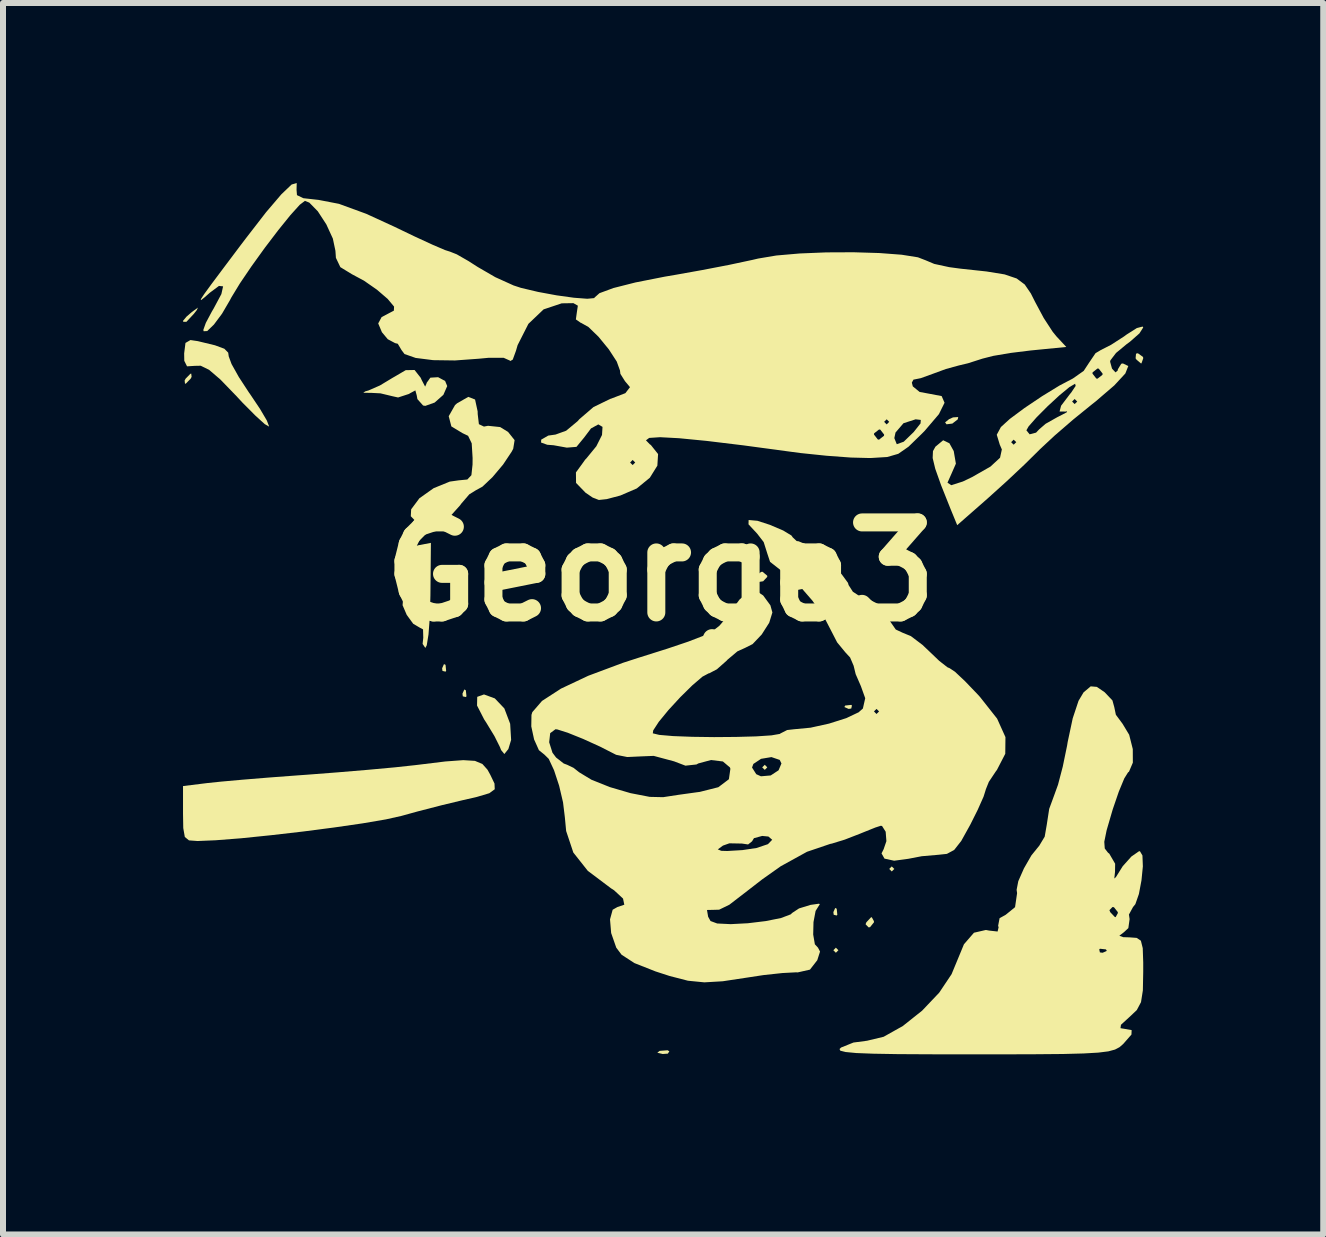
<source format=kicad_pcb>
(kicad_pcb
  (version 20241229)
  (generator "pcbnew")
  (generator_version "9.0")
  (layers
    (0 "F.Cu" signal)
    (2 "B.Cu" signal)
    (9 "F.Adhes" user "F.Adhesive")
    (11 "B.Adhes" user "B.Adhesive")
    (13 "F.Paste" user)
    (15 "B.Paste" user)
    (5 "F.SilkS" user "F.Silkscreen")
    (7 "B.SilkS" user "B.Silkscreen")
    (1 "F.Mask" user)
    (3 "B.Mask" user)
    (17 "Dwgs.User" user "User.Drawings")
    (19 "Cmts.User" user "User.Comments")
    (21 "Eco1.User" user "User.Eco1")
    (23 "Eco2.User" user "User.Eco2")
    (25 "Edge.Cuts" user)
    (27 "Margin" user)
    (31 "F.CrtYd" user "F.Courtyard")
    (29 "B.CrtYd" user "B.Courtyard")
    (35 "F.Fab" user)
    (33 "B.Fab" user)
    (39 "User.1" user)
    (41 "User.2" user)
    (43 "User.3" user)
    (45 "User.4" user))
  (footprint "George3"
    (layer "F.Cu")
    (at 7.959 6.478)
    (property "Reference" "George3" (at 0 0 0) (layer "F.SilkS") (effects (font (size 1.5 1.5) (thickness 0.3))))
    (attr board_only exclude_from_pos_files exclude_from_bom)
    (fp_poly (pts (xy 1.778 3.26) (xy 1.736 3.302) (xy 1.693 3.26) (xy 1.736 3.217)) (stroke (width 0) (type solid)) (fill yes) (layer "F.SilkS"))
    (fp_poly (pts (xy 2.963 6.308) (xy 2.921 6.35) (xy 2.879 6.308) (xy 2.921 6.265)) (stroke (width 0) (type solid)) (fill yes) (layer "F.SilkS"))
    (fp_poly (pts (xy 3.895 4.953) (xy 3.852 4.995) (xy 3.81 4.953) (xy 3.852 4.911)) (stroke (width 0) (type solid)) (fill yes) (layer "F.SilkS"))
    (fp_poly (pts (xy -3.584 1.552) (xy -3.574 1.653) (xy -3.584 1.665) (xy -3.635 1.653) (xy -3.641 1.609) (xy -3.61 1.539)) (stroke (width 0) (type solid)) (fill yes) (layer "F.SilkS"))
    (fp_poly (pts (xy -3.246 1.976) (xy -3.235 2.076) (xy -3.246 2.088) (xy -3.296 2.077) (xy -3.302 2.032) (xy -3.271 1.962)) (stroke (width 0) (type solid)) (fill yes) (layer "F.SilkS"))
    (fp_poly (pts (xy 0.146 7.992) (xy 0.121 8.031) (xy 0.035 8.037) (xy -0.055 8.016) (xy -0.016 7.985) (xy 0.116 7.975)) (stroke (width 0) (type solid)) (fill yes) (layer "F.SilkS"))
    (fp_poly (pts (xy 2.935 5.616) (xy 2.945 5.717) (xy 2.935 5.729) (xy 2.885 5.717) (xy 2.879 5.673) (xy 2.91 5.603)) (stroke (width 0) (type solid)) (fill yes) (layer "F.SilkS"))
    (fp_poly (pts (xy 3.189 2.23) (xy 3.177 2.28) (xy 3.133 2.286) (xy 3.063 2.255) (xy 3.076 2.23) (xy 3.177 2.219)) (stroke (width 0) (type solid)) (fill yes) (layer "F.SilkS"))
    (fp_poly (pts (xy 4.952 -2.539) (xy 4.862 -2.469) (xy 4.765 -2.457) (xy 4.741 -2.489) (xy 4.808 -2.543) (xy 4.873 -2.572) (xy 4.96 -2.578)) (stroke (width 0) (type solid)) (fill yes) (layer "F.SilkS"))
    (fp_poly (pts (xy -7.816 -3.247) (xy -7.832 -3.217) (xy -7.911 -3.136) (xy -7.926 -3.133) (xy -7.932 -3.187) (xy -7.916 -3.217) (xy -7.837 -3.298) (xy -7.822 -3.302)) (stroke (width 0) (type solid)) (fill yes) (layer "F.SilkS"))
    (fp_poly (pts (xy -7.731 -4.358) (xy -7.779 -4.297) (xy -7.902 -4.165) (xy -7.957 -4.166) (xy -7.959 -4.181) (xy -7.901 -4.251) (xy -7.811 -4.329) (xy -7.71 -4.402)) (stroke (width 0) (type solid)) (fill yes) (layer "F.SilkS"))
    (fp_poly (pts (xy 1.776 0.065) (xy 1.778 0.085) (xy 1.709 0.159) (xy 1.646 0.169) (xy 1.558 0.128) (xy 1.566 0.085) (xy 1.675 0.003) (xy 1.698 0)) (stroke (width 0) (type solid)) (fill yes) (layer "F.SilkS"))
    (fp_poly (pts (xy 3.555 5.823) (xy 3.556 5.842) (xy 3.491 5.923) (xy 3.466 5.927) (xy 3.416 5.875) (xy 3.429 5.842) (xy 3.505 5.761) (xy 3.519 5.757)) (stroke (width 0) (type solid)) (fill yes) (layer "F.SilkS"))
    (fp_poly (pts (xy 8.04 -3.579) (xy 8.043 -3.556) (xy 8.014 -3.474) (xy 8.006 -3.471) (xy 7.934 -3.531) (xy 7.916 -3.556) (xy 7.923 -3.634) (xy 7.954 -3.641)) (stroke (width 0) (type solid)) (fill yes) (layer "F.SilkS"))
    (fp_poly (pts (xy -2.763 2.111) (xy -2.604 2.278) (xy -2.507 2.534) (xy -2.491 2.803) (xy -2.537 2.955) (xy -2.604 3.038) (xy -2.658 2.972) (xy -2.678 2.921) (xy -2.768 2.741) (xy -2.907 2.512) (xy -2.94 2.462) (xy -3.059 2.23) (xy -3.056 2.085) (xy -2.943 2.045)) (stroke (width 0) (type solid)) (fill yes) (layer "F.SilkS"))
    (fp_poly (pts (xy -3.836 0.394) (xy -3.846 0.756) (xy -3.868 1.045) (xy -3.897 1.226) (xy -3.921 1.27) (xy -3.966 1.203) (xy -3.955 1.101) (xy -3.959 0.961) (xy -4.015 0.931) (xy -4.123 0.867) (xy -4.231 0.719) (xy -4.3 0.558) (xy -4.291 0.452) (xy -4.288 0.351) (xy -4.329 0.283) (xy -4.378 0.189) (xy -4.318 0.169) (xy -4.258 0.132) (xy -4.298 0.064) (xy -4.344 -0.108) (xy -4.269 -0.29) (xy -4.107 -0.42) (xy -4.038 -0.441) (xy -3.828 -0.481)) (stroke (width 0) (type solid)) (fill yes) (layer "F.SilkS"))
    (fp_poly (pts (xy -7.713 -3.843) (xy -7.427 -3.774) (xy -7.27 -3.716) (xy -7.206 -3.651) (xy -7.197 -3.588) (xy -7.15 -3.461) (xy -7.028 -3.243) (xy -6.856 -2.98) (xy -6.842 -2.961) (xy -6.675 -2.712) (xy -6.562 -2.52) (xy -6.525 -2.423) (xy -6.527 -2.42) (xy -6.597 -2.46) (xy -6.752 -2.601) (xy -6.965 -2.815) (xy -7.071 -2.929) (xy -7.337 -3.204) (xy -7.525 -3.365) (xy -7.664 -3.433) (xy -7.763 -3.431) (xy -7.892 -3.423) (xy -7.938 -3.515) (xy -7.94 -3.639) (xy -7.918 -3.813) (xy -7.835 -3.861)) (stroke (width 0) (type solid)) (fill yes) (layer "F.SilkS"))
    (fp_poly (pts (xy -3.998 -3.232) (xy -3.982 -3.196) (xy -3.924 -3.085) (xy -3.901 -3.136) (xy -3.9 -3.146) (xy -3.837 -3.234) (xy -3.708 -3.242) (xy -3.591 -3.179) (xy -3.556 -3.094) (xy -3.62 -2.948) (xy -3.766 -2.819) (xy -3.921 -2.764) (xy -3.958 -2.77) (xy -4.053 -2.877) (xy -4.064 -2.938) (xy -4.087 -3.022) (xy -4.182 -2.971) (xy -4.19 -2.964) (xy -4.375 -2.904) (xy -4.465 -2.924) (xy -4.669 -2.973) (xy -4.826 -2.981) (xy -4.955 -2.982) (xy -4.923 -3.005) (xy -4.868 -3.021) (xy -4.678 -3.104) (xy -4.474 -3.227) (xy -4.248 -3.359) (xy -4.1 -3.362)) (stroke (width 0) (type solid)) (fill yes) (layer "F.SilkS"))
    (fp_poly (pts (xy -3.094 3.152) (xy -2.97 3.204) (xy -2.885 3.299) (xy -2.839 3.382) (xy -2.768 3.53) (xy -2.764 3.625) (xy -2.854 3.691) (xy -3.062 3.753) (xy -3.302 3.808) (xy -3.647 3.891) (xy -4.05 3.995) (xy -4.318 4.069) (xy -4.577 4.127) (xy -4.964 4.193) (xy -5.44 4.262) (xy -5.963 4.33) (xy -6.493 4.391) (xy -6.991 4.442) (xy -7.414 4.475) (xy -7.724 4.488) (xy -7.726 4.487) (xy -7.86 4.477) (xy -7.929 4.42) (xy -7.955 4.272) (xy -7.959 4.03) (xy -7.959 3.572) (xy -7.556 3.522) (xy -7.326 3.498) (xy -6.97 3.466) (xy -6.531 3.43) (xy -6.051 3.394) (xy -5.884 3.382) (xy -5.378 3.343) (xy -4.877 3.301) (xy -4.43 3.26) (xy -4.088 3.223) (xy -4.022 3.215) (xy -3.588 3.162) (xy -3.289 3.14)) (stroke (width 0) (type solid)) (fill yes) (layer "F.SilkS"))
    (fp_poly (pts (xy -3.092 -2.87) (xy -3.049 -2.672) (xy -3.048 -2.628) (xy -3.028 -2.459) (xy -2.944 -2.419) (xy -2.876 -2.432) (xy -2.674 -2.411) (xy -2.542 -2.33) (xy -2.433 -2.193) (xy -2.456 -2.05) (xy -2.481 -2.002) (xy -2.625 -1.786) (xy -2.802 -1.576) (xy -2.97 -1.417) (xy -3.085 -1.354) (xy -3.188 -1.29) (xy -3.323 -1.133) (xy -3.342 -1.106) (xy -3.576 -0.846) (xy -3.819 -0.744) (xy -4.036 -0.793) (xy -4.163 -0.925) (xy -4.157 -1.04) (xy -4.02 -1.224) (xy -3.783 -1.392) (xy -3.514 -1.502) (xy -3.365 -1.523) (xy -3.221 -1.537) (xy -3.153 -1.609) (xy -3.134 -1.786) (xy -3.133 -1.895) (xy -3.148 -2.14) (xy -3.208 -2.265) (xy -3.302 -2.31) (xy -3.487 -2.422) (xy -3.531 -2.592) (xy -3.426 -2.777) (xy -3.392 -2.807) (xy -3.205 -2.914)) (stroke (width 0) (type solid)) (fill yes) (layer "F.SilkS"))
    (fp_poly (pts (xy 8.043 -4.071) (xy 7.98 -3.972) (xy 7.822 -3.833) (xy 7.766 -3.792) (xy 7.59 -3.646) (xy 7.496 -3.523) (xy 7.491 -3.5) (xy 7.523 -3.385) (xy 7.581 -3.322) (xy 7.619 -3.355) (xy 7.62 -3.373) (xy 7.677 -3.466) (xy 7.705 -3.471) (xy 7.794 -3.428) (xy 7.745 -3.304) (xy 7.561 -3.105) (xy 7.25 -2.838) (xy 7.194 -2.794) (xy 6.876 -2.536) (xy 6.568 -2.27) (xy 6.325 -2.044) (xy 6.284 -2.003) (xy 6.059 -1.781) (xy 5.767 -1.507) (xy 5.469 -1.238) (xy 5.456 -1.226) (xy 4.943 -0.776) (xy 4.833 -1.044) (xy 4.674 -1.443) (xy 4.577 -1.716) (xy 4.534 -1.895) (xy 4.539 -2.01) (xy 4.58 -2.084) (xy 4.709 -2.191) (xy 4.813 -2.141) (xy 4.885 -2.011) (xy 4.921 -1.801) (xy 4.846 -1.63) (xy 4.781 -1.484) (xy 4.844 -1.442) (xy 5.038 -1.504) (xy 5.19 -1.577) (xy 5.497 -1.752) (xy 5.657 -1.9) (xy 5.687 -2.038) (xy 5.652 -2.119) (xy 5.64 -2.159) (xy 5.842 -2.159) (xy 5.884 -2.117) (xy 5.927 -2.159) (xy 5.884 -2.201) (xy 5.842 -2.159) (xy 5.64 -2.159) (xy 5.602 -2.283) (xy 5.642 -2.357) (xy 6.096 -2.357) (xy 6.15 -2.29) (xy 6.257 -2.318) (xy 6.309 -2.373) (xy 6.417 -2.466) (xy 6.61 -2.575) (xy 6.632 -2.586) (xy 6.767 -2.656) (xy 6.774 -2.675) (xy 6.748 -2.669) (xy 6.649 -2.67) (xy 6.674 -2.766) (xy 6.727 -2.836) (xy 6.858 -2.836) (xy 6.9 -2.794) (xy 6.943 -2.836) (xy 6.9 -2.879) (xy 6.858 -2.836) (xy 6.727 -2.836) (xy 6.824 -2.964) (xy 6.842 -2.985) (xy 6.917 -3.097) (xy 6.908 -3.133) (xy 6.813 -3.077) (xy 6.646 -2.939) (xy 6.448 -2.756) (xy 6.264 -2.571) (xy 6.133 -2.422) (xy 6.096 -2.357) (xy 5.642 -2.357) (xy 5.671 -2.411) (xy 5.819 -2.546) (xy 6.064 -2.728) (xy 6.357 -2.925) (xy 6.646 -3.102) (xy 6.872 -3.221) (xy 6.987 -3.302) (xy 7.197 -3.302) (xy 7.261 -3.22) (xy 7.281 -3.217) (xy 7.364 -3.282) (xy 7.366 -3.302) (xy 7.302 -3.384) (xy 7.281 -3.387) (xy 7.199 -3.322) (xy 7.197 -3.302) (xy 6.987 -3.302) (xy 7.051 -3.347) (xy 7.139 -3.481) (xy 7.248 -3.642) (xy 7.337 -3.695) (xy 7.506 -3.781) (xy 7.723 -3.921) (xy 7.768 -3.954) (xy 7.937 -4.061) (xy 8.034 -4.086)) (stroke (width 0) (type solid)) (fill yes) (layer "F.SilkS"))
    (fp_poly (pts (xy 7.27 1.919) (xy 7.4 2.008) (xy 7.53 2.145) (xy 7.561 2.258) (xy 7.587 2.383) (xy 7.698 2.533) (xy 7.809 2.717) (xy 7.869 2.955) (xy 7.87 3.182) (xy 7.806 3.332) (xy 7.79 3.344) (xy 7.727 3.445) (xy 7.636 3.665) (xy 7.536 3.957) (xy 7.524 3.997) (xy 7.433 4.309) (xy 7.394 4.501) (xy 7.402 4.612) (xy 7.456 4.682) (xy 7.477 4.698) (xy 7.575 4.866) (xy 7.573 5.002) (xy 7.561 5.113) (xy 7.588 5.089) (xy 7.701 4.908) (xy 7.846 4.746) (xy 7.97 4.66) (xy 7.988 4.657) (xy 8.03 4.729) (xy 8.037 4.91) (xy 8.014 5.142) (xy 7.971 5.371) (xy 7.912 5.54) (xy 7.873 5.588) (xy 7.805 5.713) (xy 7.816 5.789) (xy 7.795 5.939) (xy 7.722 6.007) (xy 7.645 6.066) (xy 7.71 6.09) (xy 7.811 6.093) (xy 7.934 6.102) (xy 8.004 6.149) (xy 8.035 6.273) (xy 8.043 6.512) (xy 8.043 6.664) (xy 8.037 6.977) (xy 8.006 7.173) (xy 7.936 7.305) (xy 7.811 7.423) (xy 7.672 7.55) (xy 7.664 7.607) (xy 7.726 7.617) (xy 7.85 7.639) (xy 7.847 7.713) (xy 7.713 7.866) (xy 7.705 7.874) (xy 7.647 7.924) (xy 7.573 7.963) (xy 7.462 7.993) (xy 7.294 8.014) (xy 7.05 8.028) (xy 6.709 8.037) (xy 6.252 8.041) (xy 5.659 8.043) (xy 5.188 8.043) (xy 4.492 8.042) (xy 3.949 8.039) (xy 3.544 8.032) (xy 3.26 8.021) (xy 3.083 8.004) (xy 2.995 7.982) (xy 2.982 7.954) (xy 3.008 7.929) (xy 3.214 7.846) (xy 3.441 7.816) (xy 3.717 7.75) (xy 4.036 7.571) (xy 4.358 7.315) (xy 4.643 7.015) (xy 4.849 6.707) (xy 4.909 6.562) (xy 5.02 6.294) (xy 7.31 6.294) (xy 7.321 6.344) (xy 7.366 6.35) (xy 7.436 6.319) (xy 7.422 6.294) (xy 7.322 6.283) (xy 7.31 6.294) (xy 5.02 6.294) (xy 5.055 6.209) (xy 5.222 6.016) (xy 5.421 5.97) (xy 5.474 5.98) (xy 5.616 5.996) (xy 5.633 5.925) (xy 5.625 5.901) (xy 5.649 5.774) (xy 5.751 5.717) (xy 5.846 5.64) (xy 7.48 5.64) (xy 7.493 5.673) (xy 7.569 5.753) (xy 7.583 5.757) (xy 7.619 5.692) (xy 7.62 5.673) (xy 7.555 5.591) (xy 7.53 5.588) (xy 7.48 5.64) (xy 5.846 5.64) (xy 5.907 5.59) (xy 5.941 5.356) (xy 5.933 5.301) (xy 5.961 5.157) (xy 6.055 4.944) (xy 6.179 4.728) (xy 6.3 4.578) (xy 6.306 4.573) (xy 6.401 4.415) (xy 6.435 4.219) (xy 6.476 3.952) (xy 6.553 3.742) (xy 6.623 3.549) (xy 6.702 3.248) (xy 6.774 2.899) (xy 6.784 2.838) (xy 6.868 2.443) (xy 6.965 2.151) (xy 7.049 2.01) (xy 7.168 1.91)) (stroke (width 0) (type solid)) (fill yes) (layer "F.SilkS"))
    (fp_poly (pts (xy -6.067 -6.365) (xy -6.06 -6.276) (xy -5.954 -6.225) (xy -5.714 -6.198) (xy -5.702 -6.197) (xy -5.36 -6.131) (xy -4.906 -5.965) (xy -4.444 -5.753) (xy -4.094 -5.585) (xy -3.799 -5.449) (xy -3.591 -5.36) (xy -3.509 -5.334) (xy -3.398 -5.29) (xy -3.201 -5.177) (xy -3.048 -5.079) (xy -2.755 -4.909) (xy -2.45 -4.771) (xy -2.328 -4.731) (xy -2.041 -4.663) (xy -1.732 -4.606) (xy -1.444 -4.566) (xy -1.221 -4.549) (xy -1.107 -4.56) (xy -1.101 -4.569) (xy -1.019 -4.642) (xy -0.786 -4.728) (xy -0.419 -4.821) (xy 0.067 -4.917) (xy 0.254 -4.949) (xy 0.69 -5.027) (xy 1.142 -5.114) (xy 1.531 -5.197) (xy 1.625 -5.219) (xy 1.928 -5.27) (xy 2.319 -5.304) (xy 2.761 -5.322) (xy 3.216 -5.324) (xy 3.647 -5.311) (xy 4.017 -5.283) (xy 4.288 -5.24) (xy 4.415 -5.191) (xy 4.56 -5.13) (xy 4.809 -5.076) (xy 4.995 -5.051) (xy 5.431 -5.004) (xy 5.733 -4.955) (xy 5.934 -4.887) (xy 6.068 -4.787) (xy 6.17 -4.638) (xy 6.241 -4.497) (xy 6.385 -4.228) (xy 6.535 -3.998) (xy 6.595 -3.924) (xy 6.761 -3.746) (xy 6.164 -3.687) (xy 5.832 -3.646) (xy 5.543 -3.597) (xy 5.363 -3.551) (xy 5.123 -3.474) (xy 4.972 -3.438) (xy 4.756 -3.379) (xy 4.53 -3.296) (xy 4.337 -3.226) (xy 4.218 -3.202) (xy 4.215 -3.203) (xy 4.187 -3.152) (xy 4.203 -3.089) (xy 4.317 -2.996) (xy 4.496 -2.963) (xy 4.684 -2.927) (xy 4.732 -2.816) (xy 4.638 -2.626) (xy 4.403 -2.35) (xy 4.353 -2.299) (xy 4.132 -2.084) (xy 3.961 -1.965) (xy 3.778 -1.912) (xy 3.518 -1.896) (xy 3.477 -1.895) (xy 3.17 -1.903) (xy 2.765 -1.933) (xy 2.331 -1.978) (xy 2.151 -2.002) (xy 1.38 -2.106) (xy 0.769 -2.18) (xy 0.308 -2.225) (xy -0.009 -2.242) (xy -0.19 -2.23) (xy -0.244 -2.19) (xy -0.178 -2.122) (xy -0.163 -2.113) (xy -0.042 -1.961) (xy -0.054 -1.768) (xy -0.179 -1.567) (xy -0.397 -1.388) (xy -0.671 -1.27) (xy -0.898 -1.21) (xy -1.029 -1.196) (xy -1.132 -1.236) (xy -1.251 -1.317) (xy -1.409 -1.48) (xy -1.411 -1.655) (xy -1.291 -1.82) (xy -0.508 -1.82) (xy -0.466 -1.778) (xy -0.423 -1.82) (xy -0.466 -1.863) (xy -0.508 -1.82) (xy -1.291 -1.82) (xy -1.257 -1.868) (xy -1.238 -1.887) (xy -1.071 -2.091) (xy -0.976 -2.28) (xy -0.976 -2.286) (xy 3.556 -2.286) (xy 3.62 -2.204) (xy 3.641 -2.201) (xy 3.673 -2.227) (xy 3.895 -2.227) (xy 3.936 -2.125) (xy 4.052 -2.167) (xy 4.218 -2.328) (xy 4.332 -2.472) (xy 4.336 -2.53) (xy 4.25 -2.54) (xy 4.048 -2.475) (xy 3.915 -2.32) (xy 3.895 -2.227) (xy 3.673 -2.227) (xy 3.723 -2.266) (xy 3.725 -2.286) (xy 3.661 -2.368) (xy 3.641 -2.371) (xy 3.558 -2.306) (xy 3.556 -2.286) (xy -0.976 -2.286) (xy -0.968 -2.414) (xy -1.038 -2.455) (xy -1.16 -2.388) (xy -1.273 -2.238) (xy -1.402 -2.081) (xy -1.562 -2.068) (xy -1.784 -2.108) (xy -1.889 -2.116) (xy -1.992 -2.153) (xy -1.99 -2.201) (xy -1.872 -2.269) (xy -1.751 -2.286) (xy -1.574 -2.35) (xy -1.396 -2.498) (xy 3.725 -2.498) (xy 3.768 -2.455) (xy 3.81 -2.498) (xy 3.768 -2.54) (xy 3.725 -2.498) (xy -1.396 -2.498) (xy -1.382 -2.51) (xy -1.354 -2.542) (xy -1.119 -2.744) (xy -0.84 -2.88) (xy -0.826 -2.884) (xy -0.587 -2.976) (xy -0.51 -3.076) (xy -0.593 -3.175) (xy -0.67 -3.297) (xy -0.677 -3.354) (xy -0.731 -3.503) (xy -0.863 -3.706) (xy -1.034 -3.915) (xy -1.203 -4.079) (xy -1.328 -4.149) (xy -1.332 -4.149) (xy -1.412 -4.205) (xy -1.396 -4.321) (xy -1.379 -4.434) (xy -1.453 -4.476) (xy -1.648 -4.473) (xy -1.95 -4.372) (xy -2.203 -4.131) (xy -2.383 -3.776) (xy -2.41 -3.683) (xy -2.464 -3.535) (xy -2.506 -3.511) (xy -2.51 -3.518) (xy -2.615 -3.565) (xy -2.869 -3.565) (xy -3.028 -3.55) (xy -3.427 -3.521) (xy -3.79 -3.526) (xy -4.082 -3.563) (xy -4.268 -3.628) (xy -4.318 -3.695) (xy -4.38 -3.799) (xy -4.425 -3.81) (xy -4.547 -3.875) (xy -4.644 -3.991) (xy -4.706 -4.138) (xy -4.649 -4.244) (xy -4.451 -4.348) (xy -4.445 -4.351) (xy -4.442 -4.419) (xy -4.548 -4.546) (xy -4.727 -4.7) (xy -4.944 -4.851) (xy -5.144 -4.958) (xy -5.337 -5.076) (xy -5.411 -5.231) (xy -5.419 -5.348) (xy -5.462 -5.552) (xy -5.571 -5.789) (xy -5.713 -6.007) (xy -5.854 -6.151) (xy -5.927 -6.181) (xy -6.013 -6.116) (xy -6.17 -5.942) (xy -6.372 -5.692) (xy -6.596 -5.398) (xy -6.817 -5.091) (xy -7.011 -4.805) (xy -7.154 -4.57) (xy -7.178 -4.524) (xy -7.309 -4.3) (xy -7.444 -4.119) (xy -7.556 -4.011) (xy -7.616 -4.008) (xy -7.62 -4.032) (xy -7.579 -4.147) (xy -7.478 -4.337) (xy -7.45 -4.384) (xy -7.32 -4.627) (xy -7.291 -4.756) (xy -7.36 -4.763) (xy -7.512 -4.65) (xy -7.604 -4.569) (xy -7.658 -4.527) (xy -7.663 -4.54) (xy -7.609 -4.623) (xy -7.486 -4.792) (xy -7.284 -5.062) (xy -6.993 -5.449) (xy -6.91 -5.558) (xy -6.575 -5.991) (xy -6.32 -6.29) (xy -6.149 -6.453) (xy -6.064 -6.478)) (stroke (width 0) (type solid)) (fill yes) (layer "F.SilkS"))
    (fp_poly (pts (xy 1.614 -0.849) (xy 1.82 -0.782) (xy 2.043 -0.687) (xy 2.18 -0.604) (xy 2.201 -0.574) (xy 2.268 -0.511) (xy 2.298 -0.508) (xy 2.432 -0.453) (xy 2.628 -0.316) (xy 2.839 -0.137) (xy 3.019 0.044) (xy 3.123 0.186) (xy 3.133 0.222) (xy 3.204 0.333) (xy 3.38 0.449) (xy 3.432 0.472) (xy 3.662 0.616) (xy 3.806 0.795) (xy 3.811 0.807) (xy 3.919 0.963) (xy 4.032 1.016) (xy 4.171 1.073) (xy 4.364 1.219) (xy 4.462 1.312) (xy 4.643 1.485) (xy 4.78 1.592) (xy 4.819 1.609) (xy 4.906 1.667) (xy 5.071 1.822) (xy 5.282 2.042) (xy 5.323 2.087) (xy 5.608 2.448) (xy 5.747 2.756) (xy 5.744 3.034) (xy 5.605 3.303) (xy 5.588 3.325) (xy 5.47 3.502) (xy 5.419 3.629) (xy 5.419 3.632) (xy 5.382 3.749) (xy 5.285 3.967) (xy 5.16 4.217) (xy 5.01 4.487) (xy 4.892 4.637) (xy 4.771 4.702) (xy 4.63 4.717) (xy 4.352 4.741) (xy 4.129 4.784) (xy 3.892 4.816) (xy 3.731 4.781) (xy 3.682 4.694) (xy 3.717 4.624) (xy 3.763 4.49) (xy 3.751 4.333) (xy 3.691 4.238) (xy 3.671 4.233) (xy 3.578 4.263) (xy 3.389 4.339) (xy 3.32 4.367) (xy 3.07 4.464) (xy 2.856 4.53) (xy 2.826 4.536) (xy 2.44 4.667) (xy 2.001 4.909) (xy 1.693 5.127) (xy 1.449 5.316) (xy 1.236 5.48) (xy 1.145 5.55) (xy 0.976 5.632) (xy 0.87 5.635) (xy 0.773 5.637) (xy 0.792 5.749) (xy 0.832 5.821) (xy 0.943 5.862) (xy 1.168 5.873) (xy 1.455 5.858) (xy 1.752 5.822) (xy 2.007 5.771) (xy 2.168 5.71) (xy 2.193 5.686) (xy 2.307 5.611) (xy 2.499 5.552) (xy 2.641 5.532) (xy 2.655 5.548) (xy 2.646 5.552) (xy 2.583 5.653) (xy 2.548 5.839) (xy 2.543 6.046) (xy 2.571 6.209) (xy 2.623 6.265) (xy 2.657 6.33) (xy 2.611 6.474) (xy 2.489 6.631) (xy 2.286 6.677) (xy 2.253 6.676) (xy 2.029 6.688) (xy 1.714 6.722) (xy 1.439 6.764) (xy 1.035 6.825) (xy 0.729 6.843) (xy 0.456 6.816) (xy 0.15 6.737) (xy -0.084 6.661) (xy -0.436 6.522) (xy -0.65 6.383) (xy -0.739 6.265) (xy -0.824 6.021) (xy -0.843 5.793) (xy -0.799 5.633) (xy -0.72 5.588) (xy -0.605 5.549) (xy -0.626 5.447) (xy -0.775 5.309) (xy -0.826 5.276) (xy -1.213 4.985) (xy -1.455 4.679) (xy -1.472 4.627) (xy 0.953 4.627) (xy 1.011 4.651) (xy 1.111 4.654) (xy 1.363 4.639) (xy 1.598 4.604) (xy 1.789 4.54) (xy 1.86 4.467) (xy 1.797 4.413) (xy 1.693 4.403) (xy 1.556 4.44) (xy 1.524 4.493) (xy 1.458 4.545) (xy 1.356 4.53) (xy 1.146 4.526) (xy 1.039 4.564) (xy 0.953 4.627) (xy -1.472 4.627) (xy -1.574 4.321) (xy -1.596 4.089) (xy -1.626 3.843) (xy -1.691 3.566) (xy -1.776 3.308) (xy -1.864 3.119) (xy -1.936 3.048) (xy -2.028 2.974) (xy -2.087 2.842) (xy -1.857 2.842) (xy -1.802 3.016) (xy -1.742 3.096) (xy -1.614 3.196) (xy -1.558 3.217) (xy -1.451 3.268) (xy -1.356 3.343) (xy -1.153 3.466) (xy -0.846 3.589) (xy -0.501 3.69) (xy -0.181 3.752) (xy 0.042 3.757) (xy 0.297 3.718) (xy 0.599 3.676) (xy 0.653 3.669) (xy 0.962 3.591) (xy 1.138 3.458) (xy 1.163 3.284) (xy 1.156 3.263) (xy 1.524 3.263) (xy 1.594 3.374) (xy 1.672 3.409) (xy 1.835 3.395) (xy 1.966 3.309) (xy 2.014 3.195) (xy 1.985 3.136) (xy 1.847 3.089) (xy 1.674 3.118) (xy 1.546 3.203) (xy 1.524 3.263) (xy 1.156 3.263) (xy 1.155 3.261) (xy 1.038 3.162) (xy 0.839 3.138) (xy 0.628 3.195) (xy 0.598 3.212) (xy 0.414 3.232) (xy 0.225 3.16) (xy -0.115 3.069) (xy -0.317 3.077) (xy -0.556 3.088) (xy -0.741 3.051) (xy -0.749 3.047) (xy -1.008 2.915) (xy -1.292 2.786) (xy -1.548 2.683) (xy -1.722 2.628) (xy -1.752 2.625) (xy -1.84 2.69) (xy -1.857 2.842) (xy -2.087 2.842) (xy -2.108 2.796) (xy -2.155 2.578) (xy -2.152 2.386) (xy -2.138 2.34) (xy -1.976 2.153) (xy -1.66 1.948) (xy -1.206 1.734) (xy -0.628 1.518) (xy -0.375 1.436) (xy 0.11 1.283) (xy 0.46 1.165) (xy 0.704 1.071) (xy 0.869 0.987) (xy 0.981 0.899) (xy 1.069 0.796) (xy 1.116 0.73) (xy 1.317 0.462) (xy 1.471 0.332) (xy 1.604 0.325) (xy 1.709 0.395) (xy 1.83 0.56) (xy 1.863 0.679) (xy 1.81 0.85) (xy 1.685 1.046) (xy 1.533 1.206) (xy 1.406 1.27) (xy 1.28 1.327) (xy 1.115 1.466) (xy 1.101 1.482) (xy 0.938 1.626) (xy 0.81 1.693) (xy 0.802 1.693) (xy 0.697 1.749) (xy 0.528 1.894) (xy 0.328 2.091) (xy 0.131 2.305) (xy -0.03 2.501) (xy -0.123 2.644) (xy -0.13 2.693) (xy -0.023 2.719) (xy 0.21 2.739) (xy 0.528 2.751) (xy 0.891 2.756) (xy 1.259 2.753) (xy 1.591 2.744) (xy 1.847 2.727) (xy 1.986 2.703) (xy 1.999 2.694) (xy 2.109 2.638) (xy 2.225 2.625) (xy 2.499 2.599) (xy 2.807 2.531) (xy 3.094 2.44) (xy 3.303 2.341) (xy 3.316 2.328) (xy 3.556 2.328) (xy 3.598 2.371) (xy 3.641 2.328) (xy 3.598 2.286) (xy 3.556 2.328) (xy 3.316 2.328) (xy 3.371 2.28) (xy 3.41 2.108) (xy 3.338 1.907) (xy 3.251 1.707) (xy 3.217 1.567) (xy 3.158 1.429) (xy 3.082 1.347) (xy 2.942 1.177) (xy 2.871 1.039) (xy 2.734 0.774) (xy 2.529 0.481) (xy 2.298 0.215) (xy 2.085 0.025) (xy 2.011 -0.018) (xy 1.824 -0.165) (xy 1.778 -0.304) (xy 1.718 -0.494) (xy 1.609 -0.635) (xy 1.465 -0.79) (xy 1.467 -0.862)) (stroke (width 0) (type solid)) (fill yes) (layer "F.SilkS")))
  (gr_rect
    (start -3 -3)
    (end 19.002 17.522)
    (stroke (width 0.1) (type default))
    (fill no)
    (layer "Edge.Cuts")))
</source>
